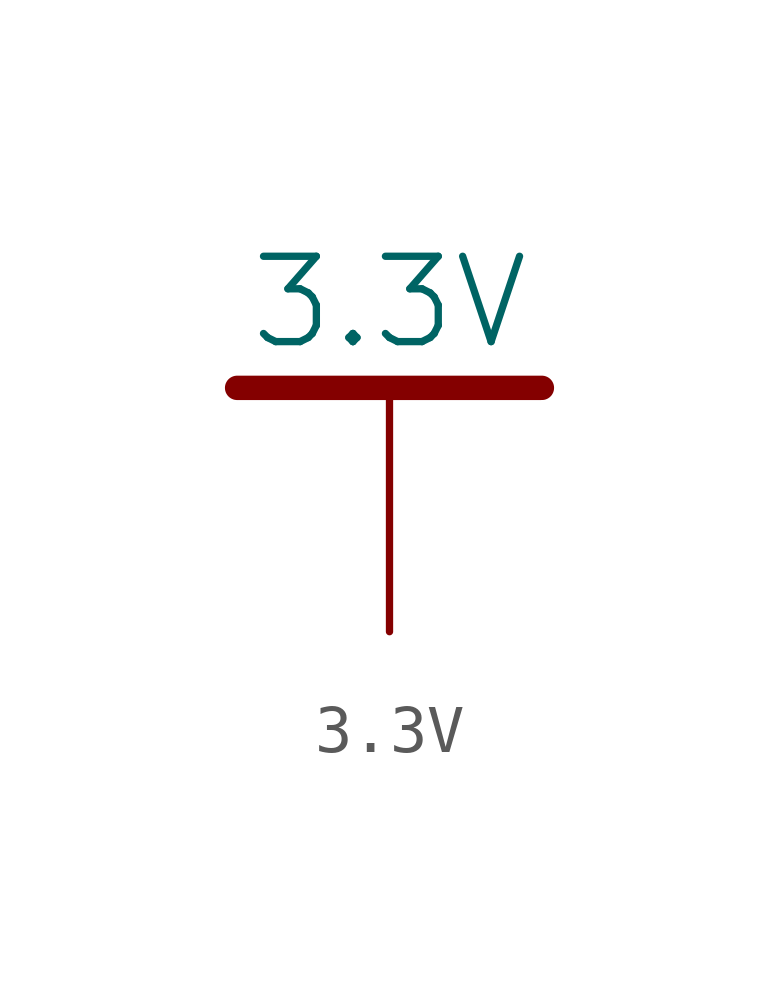
<source format=kicad_sym>
(kicad_symbol_lib
  (version 20211014)
  (generator kicad_symbol_editor)
  (symbol "3.3V"
    (pin_names
      (offset 1.016))
    (property "Reference" "U"
      (at -2.54 5.08 0)
      (effects (font (size 1.778 1.778)) hide))
    (property "Value" "3.3V"
      (at 0 1.778 0)
      (effects (font (size 1.778 1.778))))
    (symbol "3.3V_1_1"
      (polyline (pts (xy 0 -5.08) (xy 0 0)) (stroke (width 0) (type default) (color 0 0 0 0)) (fill (type none)))
      (polyline (pts (xy 3.175 0) (xy -3.175 0)) (stroke (width 0.508) (type default) (color 0 0 0 0)) (fill (type none)))
      (pin power_in line (at 0 -5.08 90) (length 5.08) hide (name "3.3V" (effects (font (size 1.27 1.27)))) (number "1" (effects (font (size 1.27 1.27))))))))
</source>
